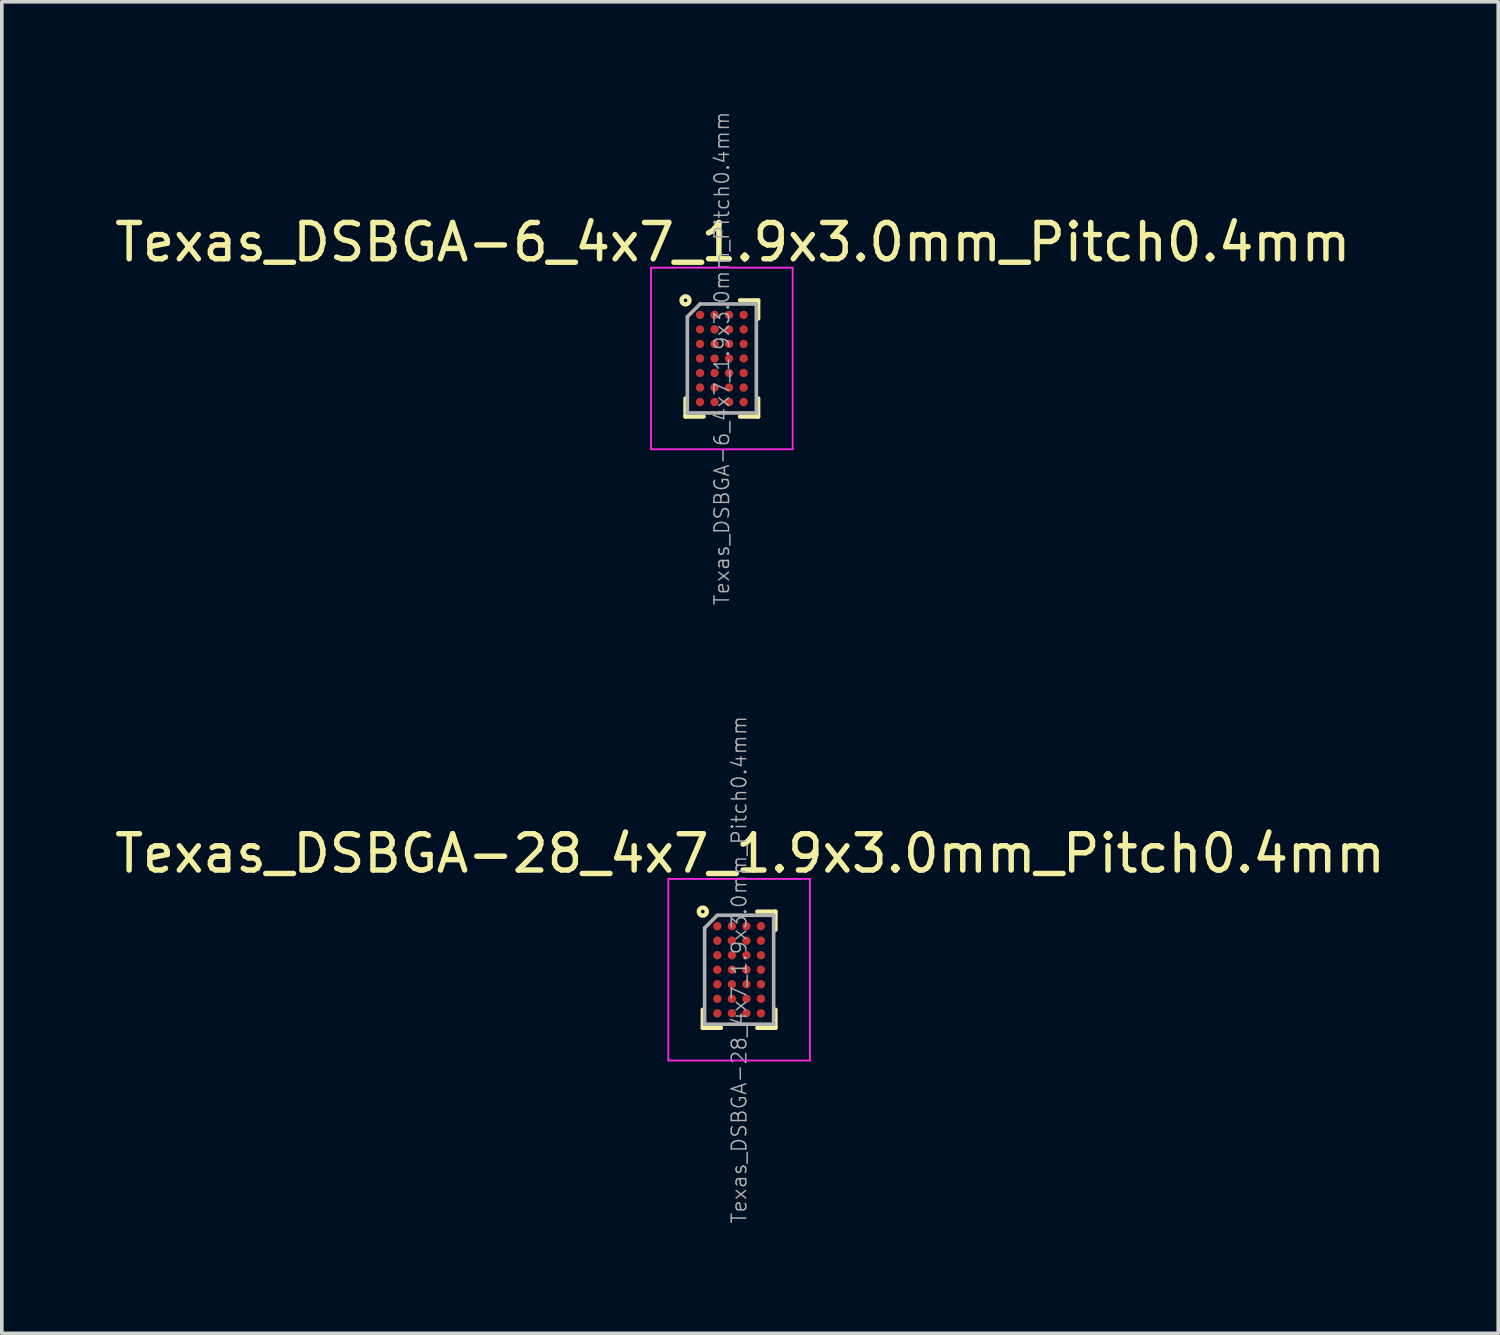
<source format=kicad_pcb>
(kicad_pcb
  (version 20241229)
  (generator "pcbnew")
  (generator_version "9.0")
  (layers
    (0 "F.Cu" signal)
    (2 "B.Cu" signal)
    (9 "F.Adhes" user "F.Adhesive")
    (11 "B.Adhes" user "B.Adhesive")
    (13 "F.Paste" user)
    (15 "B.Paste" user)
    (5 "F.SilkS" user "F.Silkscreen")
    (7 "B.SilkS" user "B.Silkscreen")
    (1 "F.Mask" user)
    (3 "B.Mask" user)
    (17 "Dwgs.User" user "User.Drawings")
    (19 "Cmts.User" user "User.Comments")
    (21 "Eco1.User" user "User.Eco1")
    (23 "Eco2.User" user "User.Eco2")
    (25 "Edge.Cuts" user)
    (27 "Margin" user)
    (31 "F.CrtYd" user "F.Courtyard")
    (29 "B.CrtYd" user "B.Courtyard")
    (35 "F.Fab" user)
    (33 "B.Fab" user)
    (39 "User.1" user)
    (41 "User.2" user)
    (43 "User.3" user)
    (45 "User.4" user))
  (footprint "Texas_DSBGA-6_4x7_1.9x3.0mm_Pitch0.4mm"
    (layer "F.Cu")
    (at 16.825 6.82)
    (property "Reference" "Texas_DSBGA-6_4x7_1.9x3.0mm_Pitch0.4mm" (at 0.3 -3.2 0) (layer "F.SilkS") (effects (font (size 1 1) (thickness 0.15))))
    (attr smd)
    (fp_line (start -1 1.1) (end -1 1.6) (stroke (width 0.12) (type solid)) (layer "F.SilkS"))
    (fp_line (start -0.5 1.6) (end -1 1.6) (stroke (width 0.12) (type solid)) (layer "F.SilkS"))
    (fp_line (start 0.5 -1.6) (end 1 -1.6) (stroke (width 0.12) (type solid)) (layer "F.SilkS"))
    (fp_line (start 1 -1.6) (end 1 -1.1) (stroke (width 0.12) (type solid)) (layer "F.SilkS"))
    (fp_line (start 1 1.6) (end 0.5 1.6) (stroke (width 0.12) (type solid)) (layer "F.SilkS"))
    (fp_line (start 1 1.6) (end 1 1.1) (stroke (width 0.12) (type solid)) (layer "F.SilkS"))
    (fp_circle (center -1 -1.6) (end -1 -1.55) (stroke (width 0.12) (type solid)) (fill no) (layer "F.SilkS"))
    (fp_line (start -1.95 -2.5) (end 1.95 -2.5) (stroke (width 0.05) (type solid)) (layer "F.CrtYd"))
    (fp_line (start -1.95 2.5) (end -1.95 -2.5) (stroke (width 0.05) (type solid)) (layer "F.CrtYd"))
    (fp_line (start -1.95 2.5) (end 1.95 2.5) (stroke (width 0.05) (type solid)) (layer "F.CrtYd"))
    (fp_line (start 1.95 -2.5) (end 1.95 2.5) (stroke (width 0.05) (type solid)) (layer "F.CrtYd"))
    (fp_line (start -0.95 -1.15) (end -0.6 -1.5) (stroke (width 0.1) (type solid)) (layer "F.Fab"))
    (fp_line (start -0.95 1.5) (end -0.95 -1.15) (stroke (width 0.1) (type solid)) (layer "F.Fab"))
    (fp_line (start -0.95 1.5) (end 0.95 1.5) (stroke (width 0.1) (type solid)) (layer "F.Fab"))
    (fp_line (start 0.95 -1.5) (end -0.6 -1.5) (stroke (width 0.1) (type solid)) (layer "F.Fab"))
    (fp_line (start 0.95 1.5) (end 0.95 -1.5) (stroke (width 0.1) (type solid)) (layer "F.Fab"))
    (fp_text user "${REFERENCE}" (at 0 0 90) (layer "F.Fab") (effects (font (size 0.4 0.4) (thickness 0.04))))
    (pad "" smd rect (at -0.6 -1.2) (size 0.25 0.25) (layers "F.Paste"))
    (pad "" smd rect (at -0.6 -0.8) (size 0.25 0.25) (layers "F.Paste"))
    (pad "" smd rect (at -0.6 -0.4) (size 0.25 0.25) (layers "F.Paste"))
    (pad "" smd rect (at -0.6 0) (size 0.25 0.25) (layers "F.Paste"))
    (pad "" smd rect (at -0.6 0.4) (size 0.25 0.25) (layers "F.Paste"))
    (pad "" smd rect (at -0.6 0.8) (size 0.25 0.25) (layers "F.Paste"))
    (pad "" smd rect (at -0.6 1.2) (size 0.25 0.25) (layers "F.Paste"))
    (pad "" smd rect (at -0.2 -1.2) (size 0.25 0.25) (layers "F.Paste"))
    (pad "" smd rect (at -0.2 -0.8) (size 0.25 0.25) (layers "F.Paste"))
    (pad "" smd rect (at -0.2 -0.4) (size 0.25 0.25) (layers "F.Paste"))
    (pad "" smd rect (at -0.2 0) (size 0.25 0.25) (layers "F.Paste"))
    (pad "" smd rect (at -0.2 0.4) (size 0.25 0.25) (layers "F.Paste"))
    (pad "" smd rect (at -0.2 0.8) (size 0.25 0.25) (layers "F.Paste"))
    (pad "" smd rect (at -0.2 1.2) (size 0.25 0.25) (layers "F.Paste"))
    (pad "" smd rect (at 0.2 -1.2) (size 0.25 0.25) (layers "F.Paste"))
    (pad "" smd rect (at 0.2 -0.8) (size 0.25 0.25) (layers "F.Paste"))
    (pad "" smd rect (at 0.2 -0.4) (size 0.25 0.25) (layers "F.Paste"))
    (pad "" smd rect (at 0.2 0) (size 0.25 0.25) (layers "F.Paste"))
    (pad "" smd rect (at 0.2 0.4) (size 0.25 0.25) (layers "F.Paste"))
    (pad "" smd rect (at 0.2 0.8) (size 0.25 0.25) (layers "F.Paste"))
    (pad "" smd rect (at 0.2 1.2) (size 0.25 0.25) (layers "F.Paste"))
    (pad "" smd rect (at 0.6 -1.2) (size 0.25 0.25) (layers "F.Paste"))
    (pad "" smd rect (at 0.6 -0.8) (size 0.25 0.25) (layers "F.Paste"))
    (pad "" smd rect (at 0.6 -0.4) (size 0.25 0.25) (layers "F.Paste"))
    (pad "" smd rect (at 0.6 0) (size 0.25 0.25) (layers "F.Paste"))
    (pad "" smd rect (at 0.6 0.4) (size 0.25 0.25) (layers "F.Paste"))
    (pad "" smd rect (at 0.6 0.8) (size 0.25 0.25) (layers "F.Paste"))
    (pad "" smd rect (at 0.6 1.2) (size 0.25 0.25) (layers "F.Paste"))
    (pad "A1" smd circle (at -0.6 -1.2) (size 0.23 0.23) (layers "F.Cu" "F.Mask"))
    (pad "A2" smd circle (at -0.2 -1.2) (size 0.23 0.23) (layers "F.Cu" "F.Mask"))
    (pad "A3" smd circle (at 0.2 -1.2) (size 0.23 0.23) (layers "F.Cu" "F.Mask"))
    (pad "A4" smd circle (at 0.6 -1.2) (size 0.23 0.23) (layers "F.Cu" "F.Mask"))
    (pad "B1" smd circle (at -0.6 -0.8) (size 0.23 0.23) (layers "F.Cu" "F.Mask"))
    (pad "B2" smd circle (at -0.2 -0.8) (size 0.23 0.23) (layers "F.Cu" "F.Mask"))
    (pad "B3" smd circle (at 0.2 -0.8) (size 0.23 0.23) (layers "F.Cu" "F.Mask"))
    (pad "B4" smd circle (at 0.6 -0.8) (size 0.23 0.23) (layers "F.Cu" "F.Mask"))
    (pad "C1" smd circle (at -0.6 -0.4) (size 0.23 0.23) (layers "F.Cu" "F.Mask"))
    (pad "C2" smd circle (at -0.2 -0.4) (size 0.23 0.23) (layers "F.Cu" "F.Mask"))
    (pad "C3" smd circle (at 0.2 -0.4) (size 0.23 0.23) (layers "F.Cu" "F.Mask"))
    (pad "C4" smd circle (at 0.6 -0.4) (size 0.23 0.23) (layers "F.Cu" "F.Mask"))
    (pad "D1" smd circle (at -0.6 0) (size 0.23 0.23) (layers "F.Cu" "F.Mask"))
    (pad "D2" smd circle (at -0.2 0) (size 0.23 0.23) (layers "F.Cu" "F.Mask"))
    (pad "D3" smd circle (at 0.2 0) (size 0.23 0.23) (layers "F.Cu" "F.Mask"))
    (pad "D4" smd circle (at 0.6 0) (size 0.23 0.23) (layers "F.Cu" "F.Mask"))
    (pad "E1" smd circle (at -0.6 0.4) (size 0.23 0.23) (layers "F.Cu" "F.Mask"))
    (pad "E2" smd circle (at -0.2 0.4) (size 0.23 0.23) (layers "F.Cu" "F.Mask"))
    (pad "E3" smd circle (at 0.2 0.4) (size 0.23 0.23) (layers "F.Cu" "F.Mask"))
    (pad "E4" smd circle (at 0.6 0.4) (size 0.23 0.23) (layers "F.Cu" "F.Mask"))
    (pad "F1" smd circle (at -0.6 0.8) (size 0.23 0.23) (layers "F.Cu" "F.Mask"))
    (pad "F2" smd circle (at -0.2 0.8) (size 0.23 0.23) (layers "F.Cu" "F.Mask"))
    (pad "F3" smd circle (at 0.2 0.8) (size 0.23 0.23) (layers "F.Cu" "F.Mask"))
    (pad "F4" smd circle (at 0.6 0.8) (size 0.23 0.23) (layers "F.Cu" "F.Mask"))
    (pad "G1" smd circle (at -0.6 1.2) (size 0.23 0.23) (layers "F.Cu" "F.Mask"))
    (pad "G2" smd circle (at -0.2 1.2) (size 0.23 0.23) (layers "F.Cu" "F.Mask"))
    (pad "G3" smd circle (at 0.2 1.2) (size 0.23 0.23) (layers "F.Cu" "F.Mask"))
    (pad "G4" smd circle (at 0.6 1.2) (size 0.23 0.23) (layers "F.Cu" "F.Mask")))
  (footprint "Texas_DSBGA-28_4x7_1.9x3.0mm_Pitch0.4mm"
    (layer "F.Cu")
    (at 17.301 23.65)
    (property "Reference" "Texas_DSBGA-28_4x7_1.9x3.0mm_Pitch0.4mm" (at 0.3 -3.2 0) (layer "F.SilkS") (effects (font (size 1 1) (thickness 0.15))))
    (attr smd)
    (fp_line (start -1 1.1) (end -1 1.6) (stroke (width 0.12) (type solid)) (layer "F.SilkS"))
    (fp_line (start -0.5 1.6) (end -1 1.6) (stroke (width 0.12) (type solid)) (layer "F.SilkS"))
    (fp_line (start 0.5 -1.6) (end 1 -1.6) (stroke (width 0.12) (type solid)) (layer "F.SilkS"))
    (fp_line (start 1 -1.6) (end 1 -1.1) (stroke (width 0.12) (type solid)) (layer "F.SilkS"))
    (fp_line (start 1 1.6) (end 0.5 1.6) (stroke (width 0.12) (type solid)) (layer "F.SilkS"))
    (fp_line (start 1 1.6) (end 1 1.1) (stroke (width 0.12) (type solid)) (layer "F.SilkS"))
    (fp_circle (center -1 -1.6) (end -1 -1.55) (stroke (width 0.12) (type solid)) (fill no) (layer "F.SilkS"))
    (fp_line (start -1.95 -2.5) (end 1.95 -2.5) (stroke (width 0.05) (type solid)) (layer "F.CrtYd"))
    (fp_line (start -1.95 2.5) (end -1.95 -2.5) (stroke (width 0.05) (type solid)) (layer "F.CrtYd"))
    (fp_line (start -1.95 2.5) (end 1.95 2.5) (stroke (width 0.05) (type solid)) (layer "F.CrtYd"))
    (fp_line (start 1.95 -2.5) (end 1.95 2.5) (stroke (width 0.05) (type solid)) (layer "F.CrtYd"))
    (fp_line (start -0.95 -1.15) (end -0.6 -1.5) (stroke (width 0.1) (type solid)) (layer "F.Fab"))
    (fp_line (start -0.95 1.5) (end -0.95 -1.15) (stroke (width 0.1) (type solid)) (layer "F.Fab"))
    (fp_line (start -0.95 1.5) (end 0.95 1.5) (stroke (width 0.1) (type solid)) (layer "F.Fab"))
    (fp_line (start 0.95 -1.5) (end -0.6 -1.5) (stroke (width 0.1) (type solid)) (layer "F.Fab"))
    (fp_line (start 0.95 1.5) (end 0.95 -1.5) (stroke (width 0.1) (type solid)) (layer "F.Fab"))
    (fp_text user "${REFERENCE}" (at 0 0 90) (layer "F.Fab") (effects (font (size 0.4 0.4) (thickness 0.04))))
    (pad "" smd rect (at -0.6 -1.2) (size 0.25 0.25) (layers "F.Paste"))
    (pad "" smd rect (at -0.6 -0.8) (size 0.25 0.25) (layers "F.Paste"))
    (pad "" smd rect (at -0.6 -0.4) (size 0.25 0.25) (layers "F.Paste"))
    (pad "" smd rect (at -0.6 0) (size 0.25 0.25) (layers "F.Paste"))
    (pad "" smd rect (at -0.6 0.4) (size 0.25 0.25) (layers "F.Paste"))
    (pad "" smd rect (at -0.6 0.8) (size 0.25 0.25) (layers "F.Paste"))
    (pad "" smd rect (at -0.6 1.2) (size 0.25 0.25) (layers "F.Paste"))
    (pad "" smd rect (at -0.2 -1.2) (size 0.25 0.25) (layers "F.Paste"))
    (pad "" smd rect (at -0.2 -0.8) (size 0.25 0.25) (layers "F.Paste"))
    (pad "" smd rect (at -0.2 -0.4) (size 0.25 0.25) (layers "F.Paste"))
    (pad "" smd rect (at -0.2 0) (size 0.25 0.25) (layers "F.Paste"))
    (pad "" smd rect (at -0.2 0.4) (size 0.25 0.25) (layers "F.Paste"))
    (pad "" smd rect (at -0.2 0.8) (size 0.25 0.25) (layers "F.Paste"))
    (pad "" smd rect (at -0.2 1.2) (size 0.25 0.25) (layers "F.Paste"))
    (pad "" smd rect (at 0.2 -1.2) (size 0.25 0.25) (layers "F.Paste"))
    (pad "" smd rect (at 0.2 -0.8) (size 0.25 0.25) (layers "F.Paste"))
    (pad "" smd rect (at 0.2 -0.4) (size 0.25 0.25) (layers "F.Paste"))
    (pad "" smd rect (at 0.2 0) (size 0.25 0.25) (layers "F.Paste"))
    (pad "" smd rect (at 0.2 0.4) (size 0.25 0.25) (layers "F.Paste"))
    (pad "" smd rect (at 0.2 0.8) (size 0.25 0.25) (layers "F.Paste"))
    (pad "" smd rect (at 0.2 1.2) (size 0.25 0.25) (layers "F.Paste"))
    (pad "" smd rect (at 0.6 -1.2) (size 0.25 0.25) (layers "F.Paste"))
    (pad "" smd rect (at 0.6 -0.8) (size 0.25 0.25) (layers "F.Paste"))
    (pad "" smd rect (at 0.6 -0.4) (size 0.25 0.25) (layers "F.Paste"))
    (pad "" smd rect (at 0.6 0) (size 0.25 0.25) (layers "F.Paste"))
    (pad "" smd rect (at 0.6 0.4) (size 0.25 0.25) (layers "F.Paste"))
    (pad "" smd rect (at 0.6 0.8) (size 0.25 0.25) (layers "F.Paste"))
    (pad "" smd rect (at 0.6 1.2) (size 0.25 0.25) (layers "F.Paste"))
    (pad "A1" smd circle (at -0.6 -1.2) (size 0.23 0.23) (layers "F.Cu" "F.Mask"))
    (pad "A2" smd circle (at -0.2 -1.2) (size 0.23 0.23) (layers "F.Cu" "F.Mask"))
    (pad "A3" smd circle (at 0.2 -1.2) (size 0.23 0.23) (layers "F.Cu" "F.Mask"))
    (pad "A4" smd circle (at 0.6 -1.2) (size 0.23 0.23) (layers "F.Cu" "F.Mask"))
    (pad "B1" smd circle (at -0.6 -0.8) (size 0.23 0.23) (layers "F.Cu" "F.Mask"))
    (pad "B2" smd circle (at -0.2 -0.8) (size 0.23 0.23) (layers "F.Cu" "F.Mask"))
    (pad "B3" smd circle (at 0.2 -0.8) (size 0.23 0.23) (layers "F.Cu" "F.Mask"))
    (pad "B4" smd circle (at 0.6 -0.8) (size 0.23 0.23) (layers "F.Cu" "F.Mask"))
    (pad "C1" smd circle (at -0.6 -0.4) (size 0.23 0.23) (layers "F.Cu" "F.Mask"))
    (pad "C2" smd circle (at -0.2 -0.4) (size 0.23 0.23) (layers "F.Cu" "F.Mask"))
    (pad "C3" smd circle (at 0.2 -0.4) (size 0.23 0.23) (layers "F.Cu" "F.Mask"))
    (pad "C4" smd circle (at 0.6 -0.4) (size 0.23 0.23) (layers "F.Cu" "F.Mask"))
    (pad "D1" smd circle (at -0.6 0) (size 0.23 0.23) (layers "F.Cu" "F.Mask"))
    (pad "D2" smd circle (at -0.2 0) (size 0.23 0.23) (layers "F.Cu" "F.Mask"))
    (pad "D3" smd circle (at 0.2 0) (size 0.23 0.23) (layers "F.Cu" "F.Mask"))
    (pad "D4" smd circle (at 0.6 0) (size 0.23 0.23) (layers "F.Cu" "F.Mask"))
    (pad "E1" smd circle (at -0.6 0.4) (size 0.23 0.23) (layers "F.Cu" "F.Mask"))
    (pad "E2" smd circle (at -0.2 0.4) (size 0.23 0.23) (layers "F.Cu" "F.Mask"))
    (pad "E3" smd circle (at 0.2 0.4) (size 0.23 0.23) (layers "F.Cu" "F.Mask"))
    (pad "E4" smd circle (at 0.6 0.4) (size 0.23 0.23) (layers "F.Cu" "F.Mask"))
    (pad "F1" smd circle (at -0.6 0.8) (size 0.23 0.23) (layers "F.Cu" "F.Mask"))
    (pad "F2" smd circle (at -0.2 0.8) (size 0.23 0.23) (layers "F.Cu" "F.Mask"))
    (pad "F3" smd circle (at 0.2 0.8) (size 0.23 0.23) (layers "F.Cu" "F.Mask"))
    (pad "F4" smd circle (at 0.6 0.8) (size 0.23 0.23) (layers "F.Cu" "F.Mask"))
    (pad "G1" smd circle (at -0.6 1.2) (size 0.23 0.23) (layers "F.Cu" "F.Mask"))
    (pad "G2" smd circle (at -0.2 1.2) (size 0.23 0.23) (layers "F.Cu" "F.Mask"))
    (pad "G3" smd circle (at 0.2 1.2) (size 0.23 0.23) (layers "F.Cu" "F.Mask"))
    (pad "G4" smd circle (at 0.6 1.2) (size 0.23 0.23) (layers "F.Cu" "F.Mask")))
  (gr_rect
    (start -3 -3)
    (end 38.202 33.661)
    (stroke (width 0.1) (type default))
    (fill no)
    (layer "Edge.Cuts")))
</source>
